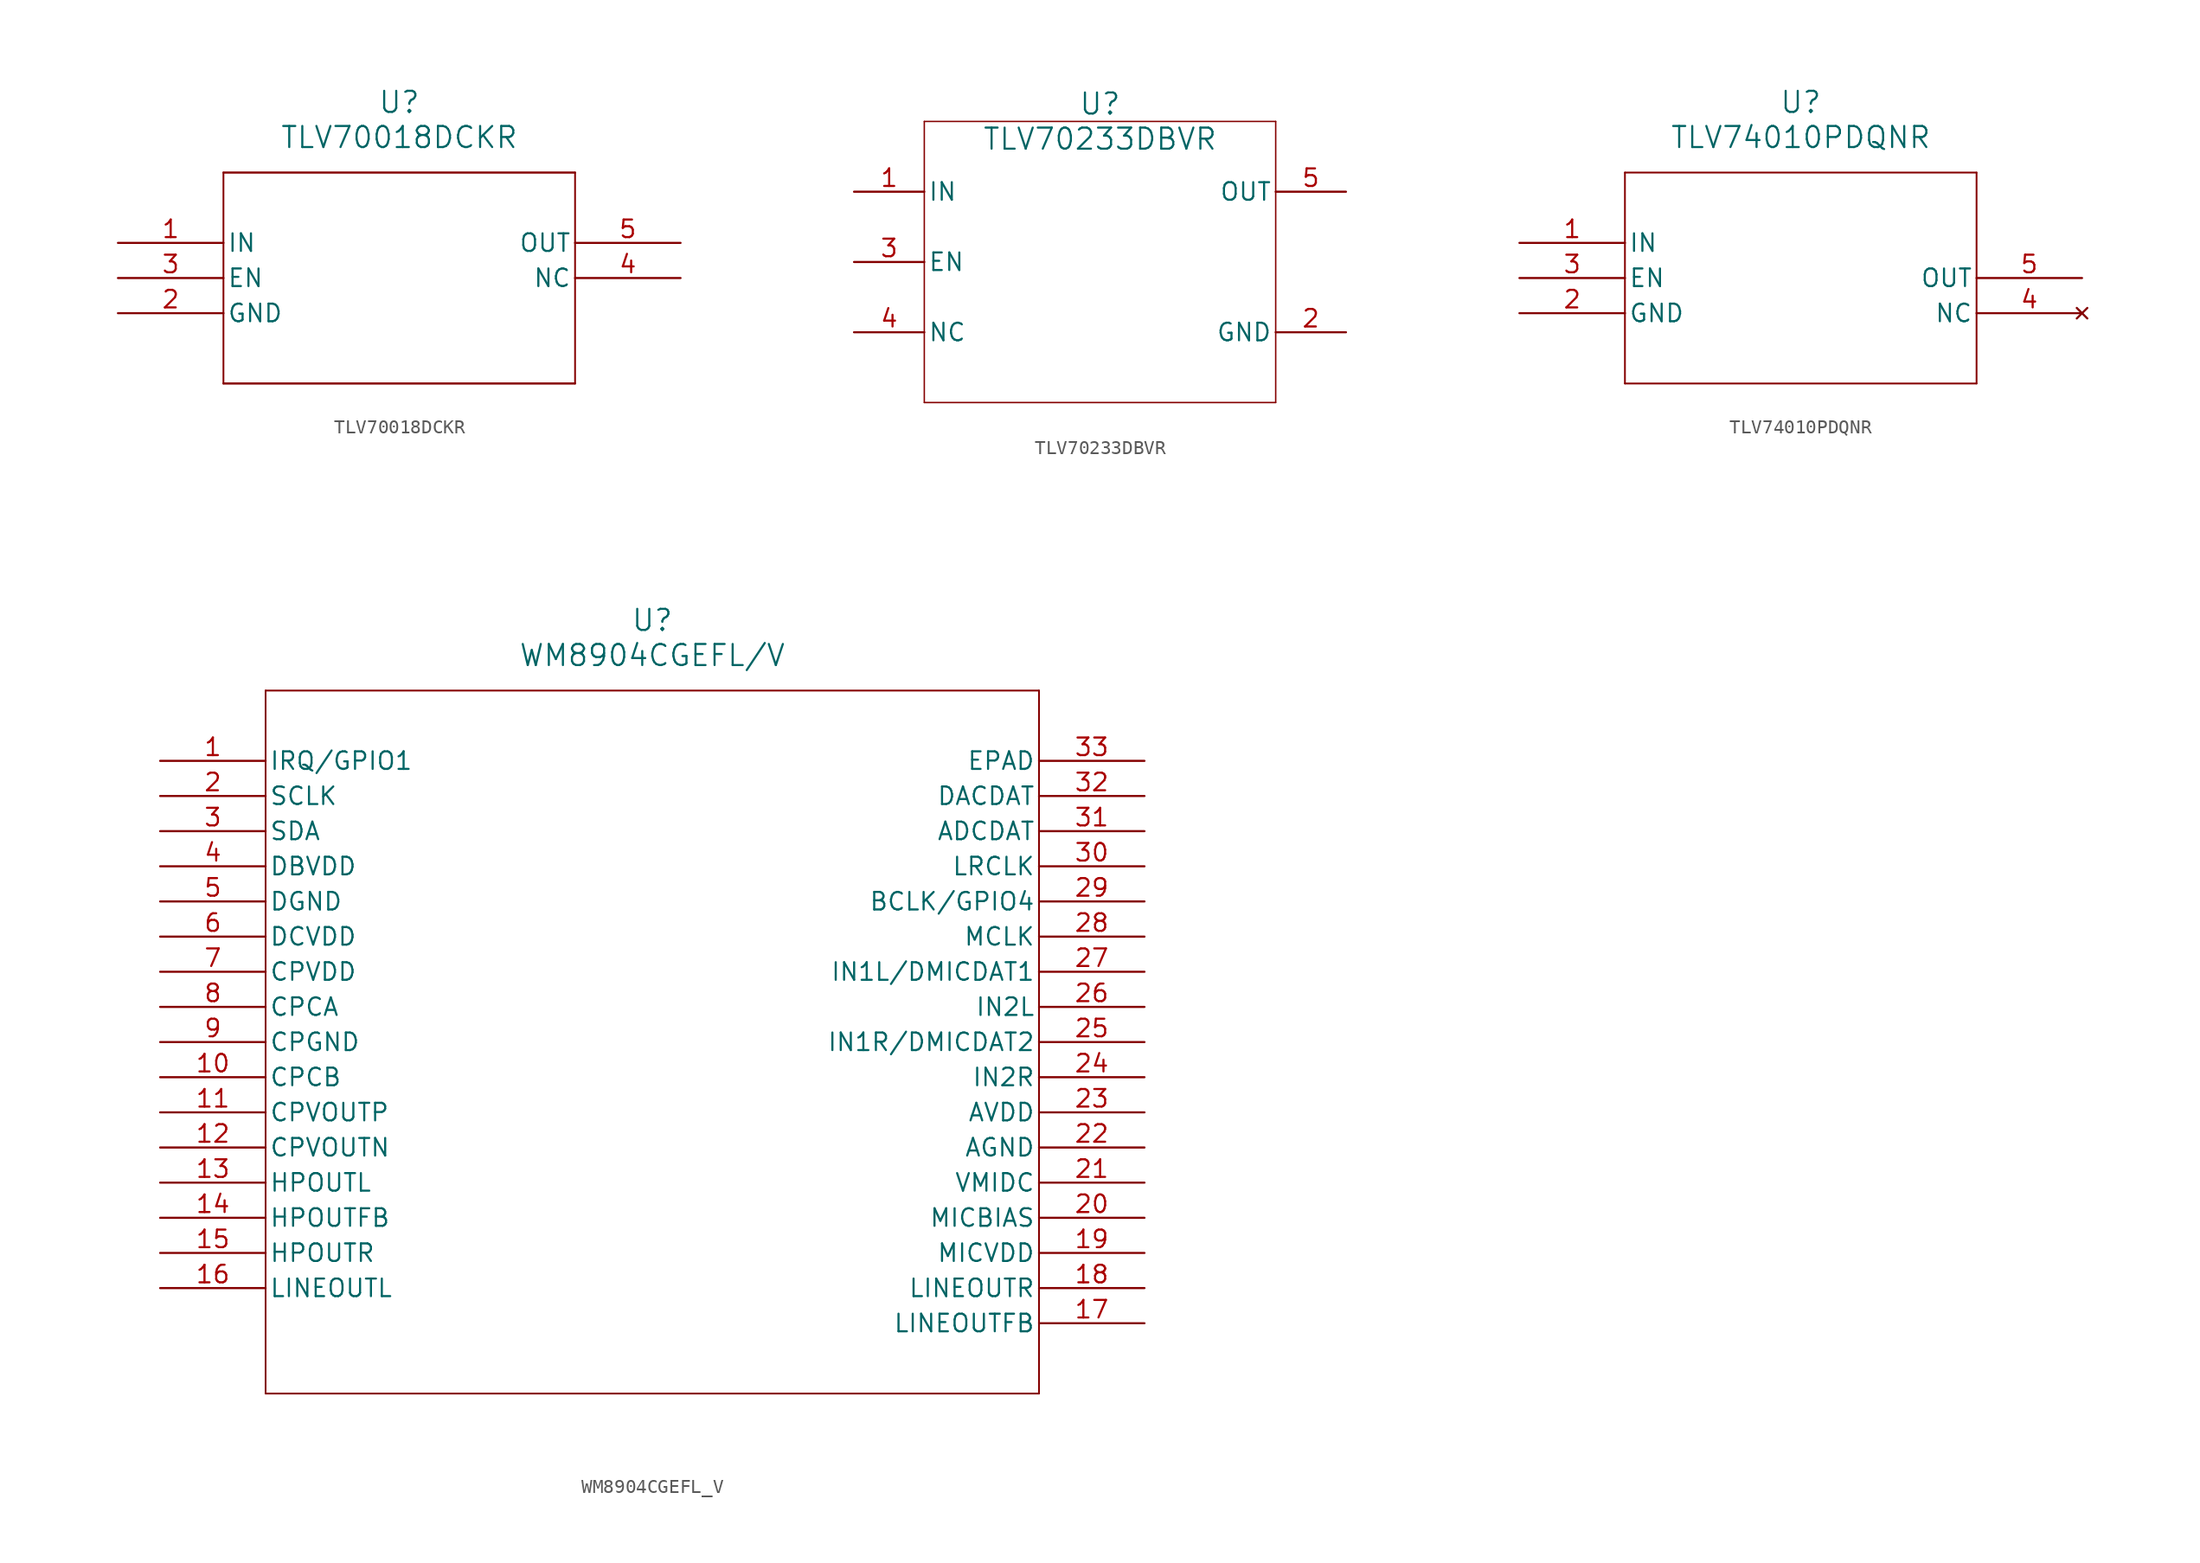
<source format=kicad_sym>
(kicad_symbol_lib
  (version 20220914)
  (generator kicad_symbol_editor)
  (symbol "TLV70018DCKR"
    (pin_names
      (offset 0.254))
    (property "Reference" "U"
      (at 0 11.43 0)
      (effects (font (size 1.524 1.524))))
    (property "Value" "TLV70018DCKR"
      (at 0 8.89 0)
      (effects (font (size 1.524 1.524))))
    (property "ki_locked" ""
      (at 0 0 0)
      (effects (font (size 1.27 1.27))))
    (symbol "TLV70018DCKR_0_1"
      (polyline (pts (xy -12.7 6.35) (xy -12.7 -8.89)) (stroke (width 0.127) (type default)) (fill (type none)))
      (polyline (pts (xy 12.7 -8.89) (xy 12.7 6.35)) (stroke (width 0.127) (type default)) (fill (type none)))
      (pin input line (at -20.32 1.27 0) (length 7.62) (name "IN" (effects (font (size 1.27 1.27)))) (number "1" (effects (font (size 1.27 1.27)))))
      (pin power_in line (at -20.32 -3.81 0) (length 7.62) (name "GND" (effects (font (size 1.27 1.27)))) (number "2" (effects (font (size 1.27 1.27)))))
      (pin unspecified line (at -20.32 -1.27 0) (length 7.62) (name "EN" (effects (font (size 1.27 1.27)))) (number "3" (effects (font (size 1.27 1.27)))))
      (pin unspecified line (at 20.32 -1.27 180) (length 7.62) (name "NC" (effects (font (size 1.27 1.27)))) (number "4" (effects (font (size 1.27 1.27)))))
      (pin output line (at 20.32 1.27 180) (length 7.62) (name "OUT" (effects (font (size 1.27 1.27)))) (number "5" (effects (font (size 1.27 1.27))))))
    (symbol "TLV70018DCKR_1_1"
      (polyline (pts (xy -12.7 -8.89) (xy 12.7 -8.89)) (stroke (width 0) (type default)) (fill (type none)))
      (polyline (pts (xy 12.7 6.35) (xy -12.7 6.35)) (stroke (width 0) (type default)) (fill (type none)))))
  (symbol "TLV70233DBVR"
    (pin_names
      (offset 0.254))
    (property "Reference" "U"
      (at 0 11.43 0)
      (effects (font (size 1.524 1.524))))
    (property "Value" "TLV70233DBVR"
      (at 0 8.89 0)
      (effects (font (size 1.524 1.524))))
    (property "ki_locked" ""
      (at 0 0 0)
      (effects (font (size 1.27 1.27))))
    (symbol "TLV70233DBVR_0_1"
      (polyline (pts (xy -12.7 -10.16) (xy 12.7 -10.16)) (stroke (width 0.102) (type default)) (fill (type none)))
      (polyline (pts (xy -12.7 10.16) (xy -12.7 -10.16)) (stroke (width 0.102) (type default)) (fill (type none)))
      (polyline (pts (xy 12.7 -10.16) (xy 12.7 10.16)) (stroke (width 0.102) (type default)) (fill (type none)))
      (polyline (pts (xy 12.7 10.16) (xy -12.7 10.16)) (stroke (width 0.102) (type default)) (fill (type none)))
      (pin power_in line (at -17.78 5.08 0) (length 5.08) (name "IN" (effects (font (size 1.27 1.27)))) (number "1" (effects (font (size 1.27 1.27)))))
      (pin power_in line (at 17.78 -5.08 180) (length 5.08) (name "GND" (effects (font (size 1.27 1.27)))) (number "2" (effects (font (size 1.27 1.27)))))
      (pin input line (at -17.78 0 0) (length 5.08) (name "EN" (effects (font (size 1.27 1.27)))) (number "3" (effects (font (size 1.27 1.27)))))
      (pin unspecified line (at -17.78 -5.08 0) (length 5.08) (name "NC" (effects (font (size 1.27 1.27)))) (number "4" (effects (font (size 1.27 1.27)))))
      (pin power_in line (at 17.78 5.08 180) (length 5.08) (name "OUT" (effects (font (size 1.27 1.27)))) (number "5" (effects (font (size 1.27 1.27)))))))
  (symbol "TLV74010PDQNR"
    (pin_names
      (offset 0.254))
    (property "Reference" "U"
      (at 20.32 10.16 0)
      (effects (font (size 1.524 1.524))))
    (property "Value" "TLV74010PDQNR"
      (at 20.32 7.62 0)
      (effects (font (size 1.524 1.524))))
    (property "ki_locked" ""
      (at 0 0 0)
      (effects (font (size 1.27 1.27))))
    (symbol "TLV74010PDQNR_0_1"
      (polyline (pts (xy 7.62 -10.16) (xy 33.02 -10.16)) (stroke (width 0.127) (type default)) (fill (type none)))
      (polyline (pts (xy 7.62 5.08) (xy 7.62 -10.16)) (stroke (width 0.127) (type default)) (fill (type none)))
      (polyline (pts (xy 33.02 -10.16) (xy 33.02 5.08)) (stroke (width 0.127) (type default)) (fill (type none)))
      (polyline (pts (xy 33.02 5.08) (xy 7.62 5.08)) (stroke (width 0.127) (type default)) (fill (type none)))
      (pin input line (at 0 0 0) (length 7.62) (name "IN" (effects (font (size 1.27 1.27)))) (number "1" (effects (font (size 1.27 1.27)))))
      (pin power_out line (at 0 -5.08 0) (length 7.62) (name "GND" (effects (font (size 1.27 1.27)))) (number "2" (effects (font (size 1.27 1.27)))))
      (pin unspecified line (at 0 -2.54 0) (length 7.62) (name "EN" (effects (font (size 1.27 1.27)))) (number "3" (effects (font (size 1.27 1.27)))))
      (pin no_connect line (at 40.64 -5.08 180) (length 7.62) (name "NC" (effects (font (size 1.27 1.27)))) (number "4" (effects (font (size 1.27 1.27)))))
      (pin output line (at 40.64 -2.54 180) (length 7.62) (name "OUT" (effects (font (size 1.27 1.27)))) (number "5" (effects (font (size 1.27 1.27)))))))
  (symbol "WM8904CGEFL_V"
    (pin_names
      (offset 0.254))
    (property "Reference" "U"
      (at 35.56 10.16 0)
      (effects (font (size 1.524 1.524))))
    (property "Value" "WM8904CGEFL/V"
      (at 35.56 7.62 0)
      (effects (font (size 1.524 1.524))))
    (property "ki_locked" ""
      (at 0 0 0)
      (effects (font (size 1.27 1.27))))
    (symbol "WM8904CGEFL_V_0_1"
      (polyline (pts (xy 7.62 -45.72) (xy 63.5 -45.72)) (stroke (width 0.127) (type default)) (fill (type none)))
      (polyline (pts (xy 7.62 5.08) (xy 7.62 -45.72)) (stroke (width 0.127) (type default)) (fill (type none)))
      (polyline (pts (xy 63.5 -45.72) (xy 63.5 5.08)) (stroke (width 0.127) (type default)) (fill (type none)))
      (polyline (pts (xy 63.5 5.08) (xy 7.62 5.08)) (stroke (width 0.127) (type default)) (fill (type none)))
      (pin unspecified line (at 0 0 0) (length 7.62) (name "IRQ/GPIO1" (effects (font (size 1.27 1.27)))) (number "1" (effects (font (size 1.27 1.27)))))
      (pin unspecified line (at 0 -22.86 0) (length 7.62) (name "CPCB" (effects (font (size 1.27 1.27)))) (number "10" (effects (font (size 1.27 1.27)))))
      (pin output line (at 0 -25.4 0) (length 7.62) (name "CPVOUTP" (effects (font (size 1.27 1.27)))) (number "11" (effects (font (size 1.27 1.27)))))
      (pin output line (at 0 -27.94 0) (length 7.62) (name "CPVOUTN" (effects (font (size 1.27 1.27)))) (number "12" (effects (font (size 1.27 1.27)))))
      (pin output line (at 0 -30.48 0) (length 7.62) (name "HPOUTL" (effects (font (size 1.27 1.27)))) (number "13" (effects (font (size 1.27 1.27)))))
      (pin output line (at 0 -33.02 0) (length 7.62) (name "HPOUTFB" (effects (font (size 1.27 1.27)))) (number "14" (effects (font (size 1.27 1.27)))))
      (pin output line (at 0 -35.56 0) (length 7.62) (name "HPOUTR" (effects (font (size 1.27 1.27)))) (number "15" (effects (font (size 1.27 1.27)))))
      (pin output line (at 0 -38.1 0) (length 7.62) (name "LINEOUTL" (effects (font (size 1.27 1.27)))) (number "16" (effects (font (size 1.27 1.27)))))
      (pin output line (at 71.12 -40.64 180) (length 7.62) (name "LINEOUTFB" (effects (font (size 1.27 1.27)))) (number "17" (effects (font (size 1.27 1.27)))))
      (pin output line (at 71.12 -38.1 180) (length 7.62) (name "LINEOUTR" (effects (font (size 1.27 1.27)))) (number "18" (effects (font (size 1.27 1.27)))))
      (pin power_in line (at 71.12 -35.56 180) (length 7.62) (name "MICVDD" (effects (font (size 1.27 1.27)))) (number "19" (effects (font (size 1.27 1.27)))))
      (pin unspecified line (at 0 -2.54 0) (length 7.62) (name "SCLK" (effects (font (size 1.27 1.27)))) (number "2" (effects (font (size 1.27 1.27)))))
      (pin unspecified line (at 71.12 -33.02 180) (length 7.62) (name "MICBIAS" (effects (font (size 1.27 1.27)))) (number "20" (effects (font (size 1.27 1.27)))))
      (pin unspecified line (at 71.12 -30.48 180) (length 7.62) (name "VMIDC" (effects (font (size 1.27 1.27)))) (number "21" (effects (font (size 1.27 1.27)))))
      (pin power_out line (at 71.12 -27.94 180) (length 7.62) (name "AGND" (effects (font (size 1.27 1.27)))) (number "22" (effects (font (size 1.27 1.27)))))
      (pin power_in line (at 71.12 -25.4 180) (length 7.62) (name "AVDD" (effects (font (size 1.27 1.27)))) (number "23" (effects (font (size 1.27 1.27)))))
      (pin input line (at 71.12 -22.86 180) (length 7.62) (name "IN2R" (effects (font (size 1.27 1.27)))) (number "24" (effects (font (size 1.27 1.27)))))
      (pin input line (at 71.12 -20.32 180) (length 7.62) (name "IN1R/DMICDAT2" (effects (font (size 1.27 1.27)))) (number "25" (effects (font (size 1.27 1.27)))))
      (pin input line (at 71.12 -17.78 180) (length 7.62) (name "IN2L" (effects (font (size 1.27 1.27)))) (number "26" (effects (font (size 1.27 1.27)))))
      (pin input line (at 71.12 -15.24 180) (length 7.62) (name "IN1L/DMICDAT1" (effects (font (size 1.27 1.27)))) (number "27" (effects (font (size 1.27 1.27)))))
      (pin unspecified line (at 71.12 -12.7 180) (length 7.62) (name "MCLK" (effects (font (size 1.27 1.27)))) (number "28" (effects (font (size 1.27 1.27)))))
      (pin unspecified line (at 71.12 -10.16 180) (length 7.62) (name "BCLK/GPIO4" (effects (font (size 1.27 1.27)))) (number "29" (effects (font (size 1.27 1.27)))))
      (pin unspecified line (at 0 -5.08 0) (length 7.62) (name "SDA" (effects (font (size 1.27 1.27)))) (number "3" (effects (font (size 1.27 1.27)))))
      (pin unspecified line (at 71.12 -7.62 180) (length 7.62) (name "LRCLK" (effects (font (size 1.27 1.27)))) (number "30" (effects (font (size 1.27 1.27)))))
      (pin unspecified line (at 71.12 -5.08 180) (length 7.62) (name "ADCDAT" (effects (font (size 1.27 1.27)))) (number "31" (effects (font (size 1.27 1.27)))))
      (pin unspecified line (at 71.12 -2.54 180) (length 7.62) (name "DACDAT" (effects (font (size 1.27 1.27)))) (number "32" (effects (font (size 1.27 1.27)))))
      (pin unspecified line (at 71.12 0 180) (length 7.62) (name "EPAD" (effects (font (size 1.27 1.27)))) (number "33" (effects (font (size 1.27 1.27)))))
      (pin power_in line (at 0 -7.62 0) (length 7.62) (name "DBVDD" (effects (font (size 1.27 1.27)))) (number "4" (effects (font (size 1.27 1.27)))))
      (pin power_out line (at 0 -10.16 0) (length 7.62) (name "DGND" (effects (font (size 1.27 1.27)))) (number "5" (effects (font (size 1.27 1.27)))))
      (pin power_in line (at 0 -12.7 0) (length 7.62) (name "DCVDD" (effects (font (size 1.27 1.27)))) (number "6" (effects (font (size 1.27 1.27)))))
      (pin power_in line (at 0 -15.24 0) (length 7.62) (name "CPVDD" (effects (font (size 1.27 1.27)))) (number "7" (effects (font (size 1.27 1.27)))))
      (pin unspecified line (at 0 -17.78 0) (length 7.62) (name "CPCA" (effects (font (size 1.27 1.27)))) (number "8" (effects (font (size 1.27 1.27)))))
      (pin power_out line (at 0 -20.32 0) (length 7.62) (name "CPGND" (effects (font (size 1.27 1.27)))) (number "9" (effects (font (size 1.27 1.27))))))))
</source>
